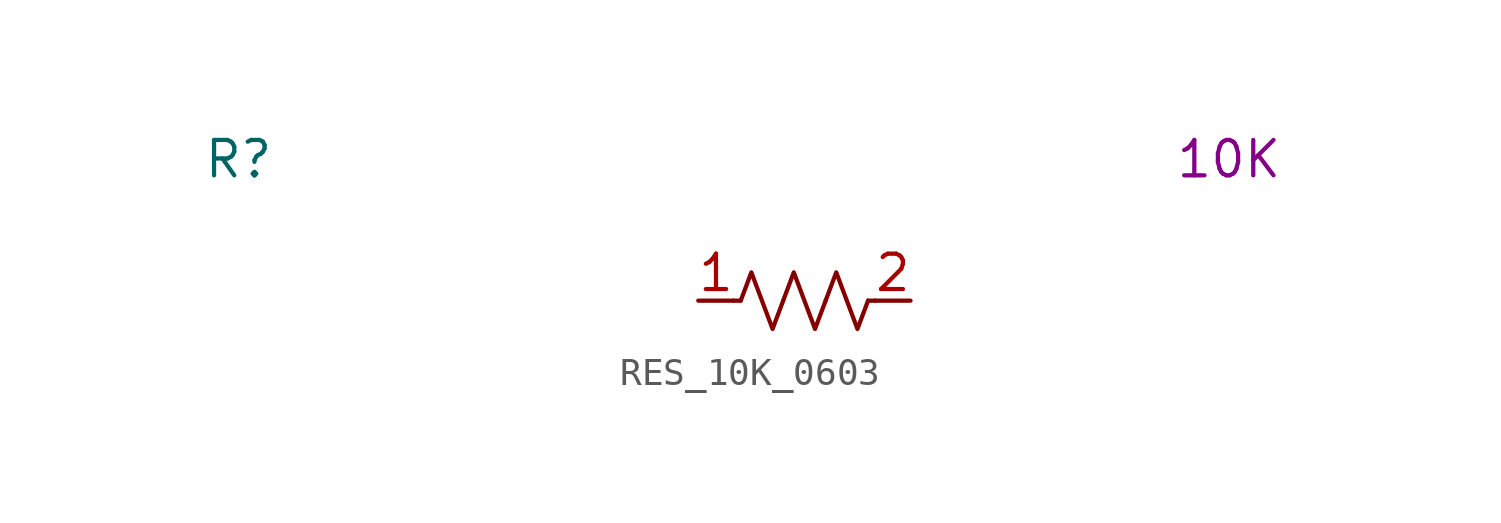
<source format=kicad_sym>
(kicad_symbol_lib
  (version 20231120)
  (generator "kicad_symbol_editor")
  (generator_version "8.0")
  (symbol "RES_10K_0603"
    (property "Reference" "R"
      (at -20.32 5.08 0)
      (effects (font (size 1.27 1.27))))
    (property "Display Value" "10K"
      (at 15.24 5.08 0)
      (effects (font (size 1.27 1.27))))
    (symbol "RES_10K_0603_0_1"
      (polyline (pts (xy -2.286 0) (xy -2.54 0)) (stroke (width 0) (type default)) (fill (type none)))
      (polyline (pts (xy 2.286 0) (xy 2.54 0)) (stroke (width 0) (type default)) (fill (type none)))
      (polyline (pts (xy -2.286 0) (xy -1.905 1.016) (xy -1.524 0) (xy -1.143 -1.016) (xy -0.762 0)) (stroke (width 0) (type default)) (fill (type none)))
      (polyline (pts (xy -0.762 0) (xy -0.381 1.016) (xy 0 0) (xy 0.381 -1.016) (xy 0.762 0)) (stroke (width 0) (type default)) (fill (type none)))
      (polyline (pts (xy 0.762 0) (xy 1.143 1.016) (xy 1.524 0) (xy 1.905 -1.016) (xy 2.286 0)) (stroke (width 0) (type default)) (fill (type none))))
    (symbol "RES_10K_0603_1_1"
      (pin passive line (at -3.81 0 0) (length 1.27) (name "~" (effects (font (size 1.27 1.27)))) (number "1" (effects (font (size 1.27 1.27)))))
      (pin passive line (at 3.81 0 180) (length 1.27) (name "~" (effects (font (size 1.27 1.27)))) (number "2" (effects (font (size 1.27 1.27))))))))
</source>
